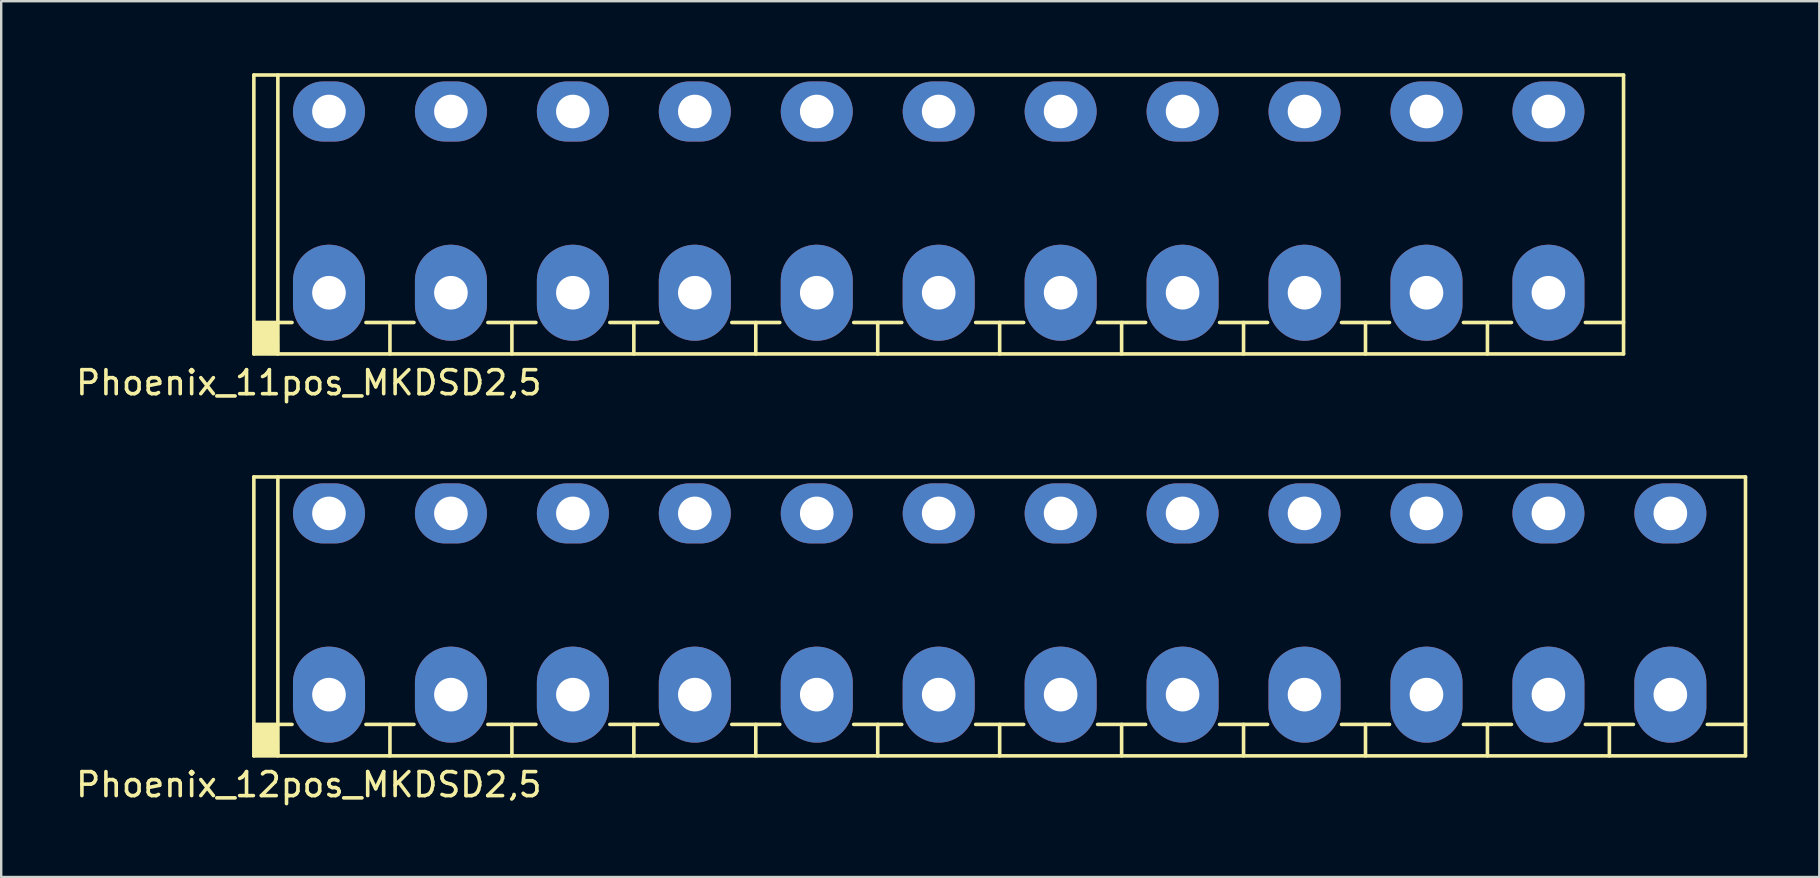
<source format=kicad_pcb>
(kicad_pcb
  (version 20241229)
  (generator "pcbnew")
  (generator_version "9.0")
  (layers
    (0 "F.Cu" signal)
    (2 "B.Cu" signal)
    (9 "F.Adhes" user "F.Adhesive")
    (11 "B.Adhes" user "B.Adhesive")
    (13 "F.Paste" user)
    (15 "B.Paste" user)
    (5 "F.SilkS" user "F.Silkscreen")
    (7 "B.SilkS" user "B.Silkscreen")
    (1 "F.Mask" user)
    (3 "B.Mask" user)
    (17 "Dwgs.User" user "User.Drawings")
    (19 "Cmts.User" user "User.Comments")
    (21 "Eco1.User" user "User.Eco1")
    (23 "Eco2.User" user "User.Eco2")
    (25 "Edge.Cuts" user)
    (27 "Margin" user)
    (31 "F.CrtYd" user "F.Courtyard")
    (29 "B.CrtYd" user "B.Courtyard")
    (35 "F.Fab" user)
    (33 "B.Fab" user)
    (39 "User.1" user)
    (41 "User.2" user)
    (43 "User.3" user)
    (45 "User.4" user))
  (footprint "Phoenix_12pos_MKDSD2,5"
    (layer "F.Cu")
    (at 38.595 22.628)
    (property "Reference" "Phoenix_12pos_MKDSD2,5" (at -28.78 7.01 0) (layer "F.SilkS") (effects (font (size 1 1) (thickness 0.15))))
    (attr through_hole)
    (fp_line (start -31.07 -5.81) (end -31.07 5.81) (stroke (width 0.15) (type solid)) (layer "F.SilkS"))
    (fp_line (start -31.07 -5.81) (end 31.07 -5.81) (stroke (width 0.15) (type solid)) (layer "F.SilkS"))
    (fp_line (start -31.07 4.5) (end -29.48 4.5) (stroke (width 0.15) (type solid)) (layer "F.SilkS"))
    (fp_line (start -31.07 5.81) (end 31.07 5.81) (stroke (width 0.15) (type solid)) (layer "F.SilkS"))
    (fp_line (start -30.07 -5.81) (end -30.07 5.81) (stroke (width 0.15) (type solid)) (layer "F.SilkS"))
    (fp_line (start -26.4 4.5) (end -24.4 4.5) (stroke (width 0.15) (type solid)) (layer "F.SilkS"))
    (fp_line (start -25.4 4.5) (end -25.4 5.81) (stroke (width 0.15) (type solid)) (layer "F.SilkS"))
    (fp_line (start -21.32 4.5) (end -19.32 4.5) (stroke (width 0.15) (type solid)) (layer "F.SilkS"))
    (fp_line (start -20.32 4.5) (end -20.32 5.81) (stroke (width 0.15) (type solid)) (layer "F.SilkS"))
    (fp_line (start -16.24 4.5) (end -14.24 4.5) (stroke (width 0.15) (type solid)) (layer "F.SilkS"))
    (fp_line (start -15.24 4.5) (end -15.24 5.81) (stroke (width 0.15) (type solid)) (layer "F.SilkS"))
    (fp_line (start -11.16 4.5) (end -9.16 4.5) (stroke (width 0.15) (type solid)) (layer "F.SilkS"))
    (fp_line (start -10.16 4.5) (end -10.16 5.81) (stroke (width 0.15) (type solid)) (layer "F.SilkS"))
    (fp_line (start -6.08 4.5) (end -4.08 4.5) (stroke (width 0.15) (type solid)) (layer "F.SilkS"))
    (fp_line (start -5.08 4.5) (end -5.08 5.81) (stroke (width 0.15) (type solid)) (layer "F.SilkS"))
    (fp_line (start -1 4.5) (end 1 4.5) (stroke (width 0.15) (type solid)) (layer "F.SilkS"))
    (fp_line (start 0 4.5) (end 0 5.81) (stroke (width 0.15) (type solid)) (layer "F.SilkS"))
    (fp_line (start 4.08 4.5) (end 6.08 4.5) (stroke (width 0.15) (type solid)) (layer "F.SilkS"))
    (fp_line (start 5.08 4.5) (end 5.08 5.81) (stroke (width 0.15) (type solid)) (layer "F.SilkS"))
    (fp_line (start 9.16 4.5) (end 11.16 4.5) (stroke (width 0.15) (type solid)) (layer "F.SilkS"))
    (fp_line (start 10.16 4.5) (end 10.16 5.81) (stroke (width 0.15) (type solid)) (layer "F.SilkS"))
    (fp_line (start 14.24 4.5) (end 16.24 4.5) (stroke (width 0.15) (type solid)) (layer "F.SilkS"))
    (fp_line (start 15.24 4.5) (end 15.24 5.81) (stroke (width 0.15) (type solid)) (layer "F.SilkS"))
    (fp_line (start 19.32 4.5) (end 21.32 4.5) (stroke (width 0.15) (type solid)) (layer "F.SilkS"))
    (fp_line (start 20.32 4.5) (end 20.32 5.81) (stroke (width 0.15) (type solid)) (layer "F.SilkS"))
    (fp_line (start 24.4 4.5) (end 26.4 4.5) (stroke (width 0.15) (type solid)) (layer "F.SilkS"))
    (fp_line (start 25.4 4.5) (end 25.4 5.81) (stroke (width 0.15) (type solid)) (layer "F.SilkS"))
    (fp_line (start 29.48 4.5) (end 31.07 4.5) (stroke (width 0.15) (type solid)) (layer "F.SilkS"))
    (fp_line (start 31.07 5.81) (end 31.07 -5.81) (stroke (width 0.15) (type solid)) (layer "F.SilkS"))
    (fp_poly (pts (xy -30.06 5.81) (xy -31.04 5.8) (xy -31.06 4.52) (xy -30.07 4.51)) (stroke (width 0.1) (type solid)) (fill yes) (layer "F.SilkS"))
    (pad "1" thru_hole oval (at -27.94 -4.29 270) (size 2.5 3) (drill 1.4) (layers "*.Cu" "*.Mask"))
    (pad "1" thru_hole oval (at -27.94 3.26) (size 3 4) (drill 1.4) (layers "*.Cu" "*.Mask"))
    (pad "2" thru_hole oval (at -22.86 -4.29 270) (size 2.5 3) (drill 1.4) (layers "*.Cu" "*.Mask"))
    (pad "2" thru_hole oval (at -22.86 3.26) (size 3 4) (drill 1.4) (layers "*.Cu" "*.Mask"))
    (pad "3" thru_hole oval (at -17.78 -4.29 270) (size 2.5 3) (drill 1.4) (layers "*.Cu" "*.Mask"))
    (pad "3" thru_hole oval (at -17.78 3.26) (size 3 4) (drill 1.4) (layers "*.Cu" "*.Mask"))
    (pad "4" thru_hole oval (at -12.7 -4.29 270) (size 2.5 3) (drill 1.4) (layers "*.Cu" "*.Mask"))
    (pad "4" thru_hole oval (at -12.7 3.26) (size 3 4) (drill 1.4) (layers "*.Cu" "*.Mask"))
    (pad "5" thru_hole oval (at -7.62 -4.29 270) (size 2.5 3) (drill 1.4) (layers "*.Cu" "*.Mask"))
    (pad "5" thru_hole oval (at -7.62 3.26) (size 3 4) (drill 1.4) (layers "*.Cu" "*.Mask"))
    (pad "6" thru_hole oval (at -2.54 -4.29 270) (size 2.5 3) (drill 1.4) (layers "*.Cu" "*.Mask"))
    (pad "6" thru_hole oval (at -2.54 3.26) (size 3 4) (drill 1.4) (layers "*.Cu" "*.Mask"))
    (pad "7" thru_hole oval (at 2.54 -4.29 270) (size 2.5 3) (drill 1.4) (layers "*.Cu" "*.Mask"))
    (pad "7" thru_hole oval (at 2.54 3.26) (size 3 4) (drill 1.4) (layers "*.Cu" "*.Mask"))
    (pad "8" thru_hole oval (at 7.62 -4.29 270) (size 2.5 3) (drill 1.4) (layers "*.Cu" "*.Mask"))
    (pad "8" thru_hole oval (at 7.62 3.26) (size 3 4) (drill 1.4) (layers "*.Cu" "*.Mask"))
    (pad "9" thru_hole oval (at 12.7 -4.29 270) (size 2.5 3) (drill 1.4) (layers "*.Cu" "*.Mask"))
    (pad "9" thru_hole oval (at 12.7 3.26) (size 3 4) (drill 1.4) (layers "*.Cu" "*.Mask"))
    (pad "10" thru_hole oval (at 17.78 -4.29 270) (size 2.5 3) (drill 1.4) (layers "*.Cu" "*.Mask"))
    (pad "10" thru_hole oval (at 17.78 3.26) (size 3 4) (drill 1.4) (layers "*.Cu" "*.Mask"))
    (pad "11" thru_hole oval (at 22.86 -4.29 270) (size 2.5 3) (drill 1.4) (layers "*.Cu" "*.Mask"))
    (pad "11" thru_hole oval (at 22.86 3.26) (size 3 4) (drill 1.4) (layers "*.Cu" "*.Mask"))
    (pad "12" thru_hole oval (at 27.94 -4.29 270) (size 2.5 3) (drill 1.4) (layers "*.Cu" "*.Mask"))
    (pad "12" thru_hole oval (at 27.94 3.26) (size 3 4) (drill 1.4) (layers "*.Cu" "*.Mask")))
  (footprint "Phoenix_11pos_MKDSD2,5"
    (layer "F.Cu")
    (at 36.055 5.885)
    (property "Reference" "Phoenix_11pos_MKDSD2,5" (at -26.24 7.01 0) (layer "F.SilkS") (effects (font (size 1 1) (thickness 0.15))))
    (attr through_hole)
    (fp_line (start -28.53 -5.81) (end -28.53 5.81) (stroke (width 0.15) (type solid)) (layer "F.SilkS"))
    (fp_line (start -28.53 -5.81) (end 28.53 -5.81) (stroke (width 0.15) (type solid)) (layer "F.SilkS"))
    (fp_line (start -28.53 4.5) (end -26.94 4.5) (stroke (width 0.15) (type solid)) (layer "F.SilkS"))
    (fp_line (start -28.53 5.81) (end 28.53 5.81) (stroke (width 0.15) (type solid)) (layer "F.SilkS"))
    (fp_line (start -27.53 -5.81) (end -27.53 5.81) (stroke (width 0.15) (type solid)) (layer "F.SilkS"))
    (fp_line (start -23.86 4.5) (end -21.86 4.5) (stroke (width 0.15) (type solid)) (layer "F.SilkS"))
    (fp_line (start -22.86 4.5) (end -22.86 5.81) (stroke (width 0.15) (type solid)) (layer "F.SilkS"))
    (fp_line (start -18.78 4.5) (end -16.78 4.5) (stroke (width 0.15) (type solid)) (layer "F.SilkS"))
    (fp_line (start -17.78 4.5) (end -17.78 5.81) (stroke (width 0.15) (type solid)) (layer "F.SilkS"))
    (fp_line (start -13.7 4.5) (end -11.7 4.5) (stroke (width 0.15) (type solid)) (layer "F.SilkS"))
    (fp_line (start -12.7 4.5) (end -12.7 5.81) (stroke (width 0.15) (type solid)) (layer "F.SilkS"))
    (fp_line (start -8.62 4.5) (end -6.62 4.5) (stroke (width 0.15) (type solid)) (layer "F.SilkS"))
    (fp_line (start -7.62 4.5) (end -7.62 5.81) (stroke (width 0.15) (type solid)) (layer "F.SilkS"))
    (fp_line (start -3.54 4.5) (end -1.54 4.5) (stroke (width 0.15) (type solid)) (layer "F.SilkS"))
    (fp_line (start -2.54 4.5) (end -2.54 5.81) (stroke (width 0.15) (type solid)) (layer "F.SilkS"))
    (fp_line (start 1.54 4.5) (end 3.54 4.5) (stroke (width 0.15) (type solid)) (layer "F.SilkS"))
    (fp_line (start 2.54 4.5) (end 2.54 5.81) (stroke (width 0.15) (type solid)) (layer "F.SilkS"))
    (fp_line (start 6.62 4.5) (end 8.62 4.5) (stroke (width 0.15) (type solid)) (layer "F.SilkS"))
    (fp_line (start 7.62 4.5) (end 7.62 5.81) (stroke (width 0.15) (type solid)) (layer "F.SilkS"))
    (fp_line (start 11.7 4.5) (end 13.7 4.5) (stroke (width 0.15) (type solid)) (layer "F.SilkS"))
    (fp_line (start 12.7 4.5) (end 12.7 5.81) (stroke (width 0.15) (type solid)) (layer "F.SilkS"))
    (fp_line (start 16.78 4.5) (end 18.78 4.5) (stroke (width 0.15) (type solid)) (layer "F.SilkS"))
    (fp_line (start 17.78 4.5) (end 17.78 5.81) (stroke (width 0.15) (type solid)) (layer "F.SilkS"))
    (fp_line (start 21.86 4.5) (end 23.86 4.5) (stroke (width 0.15) (type solid)) (layer "F.SilkS"))
    (fp_line (start 22.86 4.5) (end 22.86 5.81) (stroke (width 0.15) (type solid)) (layer "F.SilkS"))
    (fp_line (start 26.94 4.5) (end 28.53 4.5) (stroke (width 0.15) (type solid)) (layer "F.SilkS"))
    (fp_line (start 28.53 5.81) (end 28.53 -5.81) (stroke (width 0.15) (type solid)) (layer "F.SilkS"))
    (fp_poly (pts (xy -27.52 5.81) (xy -28.5 5.8) (xy -28.52 4.52) (xy -27.53 4.51)) (stroke (width 0.1) (type solid)) (fill yes) (layer "F.SilkS"))
    (pad "1" thru_hole oval (at -25.4 -4.29 270) (size 2.5 3) (drill 1.4) (layers "*.Cu" "*.Mask"))
    (pad "1" thru_hole oval (at -25.4 3.26) (size 3 4) (drill 1.4) (layers "*.Cu" "*.Mask"))
    (pad "2" thru_hole oval (at -20.32 -4.29 270) (size 2.5 3) (drill 1.4) (layers "*.Cu" "*.Mask"))
    (pad "2" thru_hole oval (at -20.32 3.26) (size 3 4) (drill 1.4) (layers "*.Cu" "*.Mask"))
    (pad "3" thru_hole oval (at -15.24 -4.29 270) (size 2.5 3) (drill 1.4) (layers "*.Cu" "*.Mask"))
    (pad "3" thru_hole oval (at -15.24 3.26) (size 3 4) (drill 1.4) (layers "*.Cu" "*.Mask"))
    (pad "4" thru_hole oval (at -10.16 -4.29 270) (size 2.5 3) (drill 1.4) (layers "*.Cu" "*.Mask"))
    (pad "4" thru_hole oval (at -10.16 3.26) (size 3 4) (drill 1.4) (layers "*.Cu" "*.Mask"))
    (pad "5" thru_hole oval (at -5.08 -4.29 270) (size 2.5 3) (drill 1.4) (layers "*.Cu" "*.Mask"))
    (pad "5" thru_hole oval (at -5.08 3.26) (size 3 4) (drill 1.4) (layers "*.Cu" "*.Mask"))
    (pad "6" thru_hole oval (at 0 -4.29 270) (size 2.5 3) (drill 1.4) (layers "*.Cu" "*.Mask"))
    (pad "6" thru_hole oval (at 0 3.26) (size 3 4) (drill 1.4) (layers "*.Cu" "*.Mask"))
    (pad "7" thru_hole oval (at 5.08 -4.29 270) (size 2.5 3) (drill 1.4) (layers "*.Cu" "*.Mask"))
    (pad "7" thru_hole oval (at 5.08 3.26) (size 3 4) (drill 1.4) (layers "*.Cu" "*.Mask"))
    (pad "8" thru_hole oval (at 10.16 -4.29 270) (size 2.5 3) (drill 1.4) (layers "*.Cu" "*.Mask"))
    (pad "8" thru_hole oval (at 10.16 3.26) (size 3 4) (drill 1.4) (layers "*.Cu" "*.Mask"))
    (pad "9" thru_hole oval (at 15.24 -4.29 270) (size 2.5 3) (drill 1.4) (layers "*.Cu" "*.Mask"))
    (pad "9" thru_hole oval (at 15.24 3.26) (size 3 4) (drill 1.4) (layers "*.Cu" "*.Mask"))
    (pad "10" thru_hole oval (at 20.32 -4.29 270) (size 2.5 3) (drill 1.4) (layers "*.Cu" "*.Mask"))
    (pad "10" thru_hole oval (at 20.32 3.26) (size 3 4) (drill 1.4) (layers "*.Cu" "*.Mask"))
    (pad "11" thru_hole oval (at 25.4 -4.29 270) (size 2.5 3) (drill 1.4) (layers "*.Cu" "*.Mask"))
    (pad "11" thru_hole oval (at 25.4 3.26) (size 3 4) (drill 1.4) (layers "*.Cu" "*.Mask")))
  (gr_rect
    (start -3 -3)
    (end 72.74 33.486)
    (stroke (width 0.1) (type default))
    (fill no)
    (layer "Edge.Cuts")))
</source>
